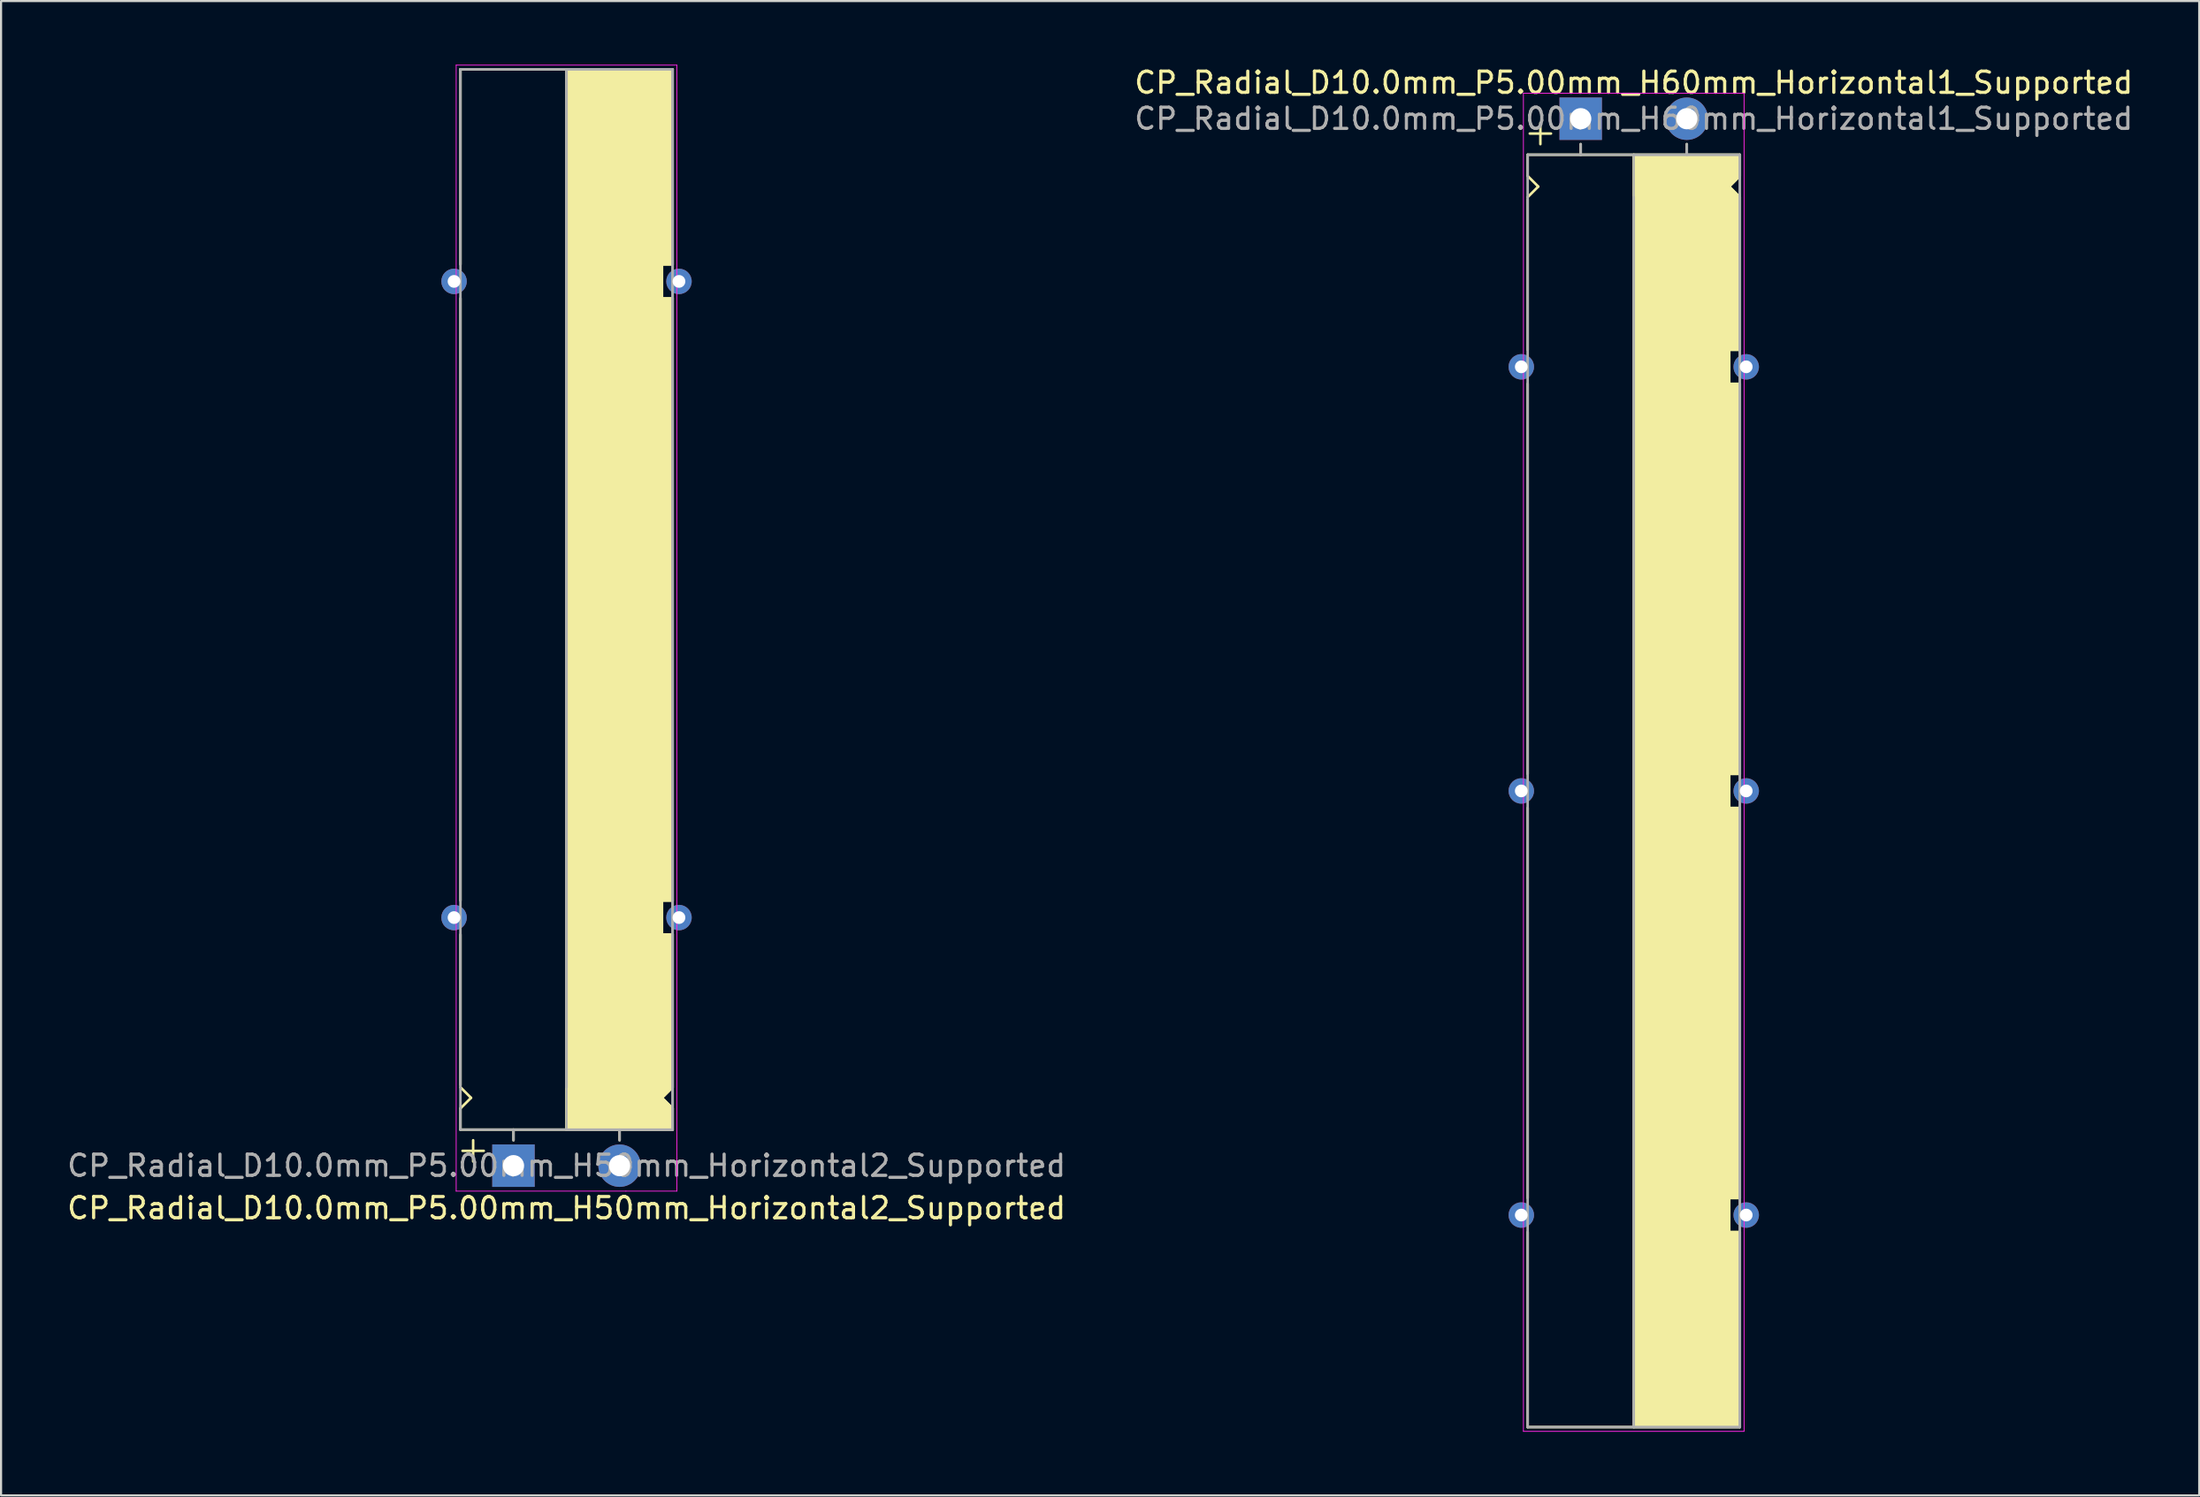
<source format=kicad_pcb>
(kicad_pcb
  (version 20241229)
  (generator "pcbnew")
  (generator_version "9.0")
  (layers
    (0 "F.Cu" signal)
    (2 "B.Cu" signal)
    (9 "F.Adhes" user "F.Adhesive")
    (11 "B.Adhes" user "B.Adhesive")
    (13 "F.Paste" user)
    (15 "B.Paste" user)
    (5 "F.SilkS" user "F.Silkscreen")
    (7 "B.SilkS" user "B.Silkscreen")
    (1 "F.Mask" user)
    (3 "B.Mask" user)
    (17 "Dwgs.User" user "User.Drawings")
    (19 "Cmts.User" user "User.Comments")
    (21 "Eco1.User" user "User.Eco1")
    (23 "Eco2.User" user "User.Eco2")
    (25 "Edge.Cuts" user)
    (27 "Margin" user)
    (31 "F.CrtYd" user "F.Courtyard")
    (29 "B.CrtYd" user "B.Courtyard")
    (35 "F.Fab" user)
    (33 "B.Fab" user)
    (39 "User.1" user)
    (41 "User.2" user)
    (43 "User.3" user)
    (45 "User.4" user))
  (footprint "CP_Radial_D10.0mm_P5.00mm_H60mm_Horizontal1_Supported"
    (layer "F.Cu")
    (at 71.446 2.548)
    (property "Reference" "CP_Radial_D10.0mm_P5.00mm_H60mm_Horizontal1_Supported" (at 2.5 -1.7 0) (layer "F.SilkS") (effects (font (size 1 1) (thickness 0.15))))
    (attr through_hole)
    (fp_line (start -2.5 1.7) (end -2.5 2.7) (stroke (width 0.12) (type solid)) (layer "F.SilkS"))
    (fp_line (start -2.5 2.7) (end -2 3.2) (stroke (width 0.12) (type solid)) (layer "F.SilkS"))
    (fp_line (start -2.5 3.8) (end -2.5 10.9) (stroke (width 0.12) (type solid)) (layer "F.SilkS"))
    (fp_line (start -2.5 12.5) (end -2.5 30.9) (stroke (width 0.12) (type solid)) (layer "F.SilkS"))
    (fp_line (start -2.5 50.9) (end -2.5 32.5) (stroke (width 0.12) (type solid)) (layer "F.SilkS"))
    (fp_line (start -2.5 52.5) (end -2.5 61.7) (stroke (width 0.12) (type solid)) (layer "F.SilkS"))
    (fp_line (start -2.5 61.7) (end 7.5 61.7) (stroke (width 0.12) (type solid)) (layer "F.SilkS"))
    (fp_line (start -2 3.2) (end -2.5 3.7) (stroke (width 0.12) (type solid)) (layer "F.SilkS"))
    (fp_line (start -1.9 0.2) (end -1.9 1.2) (stroke (width 0.12) (type solid)) (layer "F.SilkS"))
    (fp_line (start -1.4 0.7) (end -2.4 0.7) (stroke (width 0.12) (type solid)) (layer "F.SilkS"))
    (fp_line (start 0 1.7) (end 0 1.2) (stroke (width 0.12) (type solid)) (layer "F.SilkS"))
    (fp_line (start 2.5 1.7) (end -2.5 1.7) (stroke (width 0.12) (type solid)) (layer "F.SilkS"))
    (fp_line (start 2.5 61.7) (end 2.5 1.7) (stroke (width 0.12) (type solid)) (layer "F.SilkS"))
    (fp_line (start 5 1.7) (end 5 1.2) (stroke (width 0.12) (type solid)) (layer "F.SilkS"))
    (fp_line (start 7 3.2) (end 7.5 3.7) (stroke (width 0.12) (type solid)) (layer "F.SilkS"))
    (fp_line (start 7 10.9) (end 7 12.5) (stroke (width 0.12) (type solid)) (layer "F.SilkS"))
    (fp_line (start 7 12.5) (end 7.5 12.5) (stroke (width 0.12) (type solid)) (layer "F.SilkS"))
    (fp_line (start 7 30.9) (end 7 32.5) (stroke (width 0.12) (type solid)) (layer "F.SilkS"))
    (fp_line (start 7 32.5) (end 7.5 32.5) (stroke (width 0.12) (type solid)) (layer "F.SilkS"))
    (fp_line (start 7 50.9) (end 7 52.5) (stroke (width 0.12) (type solid)) (layer "F.SilkS"))
    (fp_line (start 7 52.5) (end 7.5 52.5) (stroke (width 0.12) (type solid)) (layer "F.SilkS"))
    (fp_line (start 7.5 1.7) (end 2.5 1.7) (stroke (width 0.12) (type solid)) (layer "F.SilkS"))
    (fp_line (start 7.5 1.7) (end 7.5 2.7) (stroke (width 0.12) (type solid)) (layer "F.SilkS"))
    (fp_line (start 7.5 2.7) (end 7 3.2) (stroke (width 0.12) (type solid)) (layer "F.SilkS"))
    (fp_line (start 7.5 3.7) (end 7.5 10.9) (stroke (width 0.12) (type solid)) (layer "F.SilkS"))
    (fp_line (start 7.5 10.9) (end 7 10.9) (stroke (width 0.12) (type solid)) (layer "F.SilkS"))
    (fp_line (start 7.5 12.5) (end 7.5 30.9) (stroke (width 0.12) (type solid)) (layer "F.SilkS"))
    (fp_line (start 7.5 30.9) (end 7 30.9) (stroke (width 0.12) (type solid)) (layer "F.SilkS"))
    (fp_line (start 7.5 50.9) (end 7 50.9) (stroke (width 0.12) (type solid)) (layer "F.SilkS"))
    (fp_line (start 7.5 50.9) (end 7.5 32.5) (stroke (width 0.12) (type solid)) (layer "F.SilkS"))
    (fp_line (start 7.5 52.5) (end 7.5 61.7) (stroke (width 0.12) (type solid)) (layer "F.SilkS"))
    (fp_poly (pts (xy 7.5 2.7) (xy 7 3.2) (xy 7.5 3.7) (xy 7.5 10.9) (xy 7 10.9) (xy 7 12.5) (xy 7.5 12.5) (xy 7.5 30.9) (xy 7 30.9) (xy 7 32.5) (xy 7.5 32.5) (xy 7.5 50.9) (xy 7 50.9) (xy 7 52.5) (xy 7.5 52.5) (xy 7.5 61.7) (xy 2.5 61.7) (xy 2.5 1.7) (xy 7.5 1.7)) (stroke (width 0.1) (type solid)) (fill yes) (layer "F.SilkS"))
    (fp_line (start -2.7 -1.2) (end 5.3 -1.2) (stroke (width 0.04) (type solid)) (layer "F.CrtYd"))
    (fp_line (start -2.7 61.9) (end -2.7 -1.2) (stroke (width 0.04) (type solid)) (layer "F.CrtYd"))
    (fp_line (start 5.3 -1.2) (end 7.7 -1.2) (stroke (width 0.04) (type solid)) (layer "F.CrtYd"))
    (fp_line (start 7.7 -1.2) (end 7.7 61.9) (stroke (width 0.04) (type solid)) (layer "F.CrtYd"))
    (fp_line (start 7.7 61.9) (end -2.7 61.9) (stroke (width 0.04) (type solid)) (layer "F.CrtYd"))
    (fp_line (start -2.5 1.7) (end -2.5 61.7) (stroke (width 0.12) (type solid)) (layer "F.Fab"))
    (fp_line (start -2.5 61.7) (end 7.5 61.7) (stroke (width 0.12) (type solid)) (layer "F.Fab"))
    (fp_line (start 0 1.7) (end 0 1.2) (stroke (width 0.12) (type solid)) (layer "F.Fab"))
    (fp_line (start 2.5 3.7) (end 2.5 61.7) (stroke (width 0.12) (type solid)) (layer "F.Fab"))
    (fp_line (start 5 1.7) (end 5 1.2) (stroke (width 0.12) (type solid)) (layer "F.Fab"))
    (fp_line (start 7.5 1.7) (end -2.5 1.7) (stroke (width 0.12) (type solid)) (layer "F.Fab"))
    (fp_line (start 7.5 61.7) (end 7.5 1.7) (stroke (width 0.12) (type solid)) (layer "F.Fab"))
    (fp_poly (pts (xy 7.5 61.7) (xy 2.5 61.7) (xy 2.5 1.7) (xy 7.5 1.7)) (stroke (width 0.1) (type solid)) (fill no) (layer "F.Fab"))
    (fp_text user "${REFERENCE}" (at 2.5 0 0) (layer "F.Fab") (effects (font (size 1 1) (thickness 0.15))))
    (pad "" thru_hole circle (at -2.8 11.7 180) (size 1.2 1.2) (drill 0.6) (layers "*.Cu" "*.Mask"))
    (pad "" thru_hole circle (at -2.8 31.7 180) (size 1.2 1.2) (drill 0.6) (layers "*.Cu" "*.Mask"))
    (pad "" thru_hole circle (at -2.8 51.7) (size 1.2 1.2) (drill 0.6) (layers "*.Cu" "*.Mask"))
    (pad "" thru_hole circle (at 7.8 11.7) (size 1.2 1.2) (drill 0.6) (layers "*.Cu" "*.Mask"))
    (pad "" thru_hole circle (at 7.8 31.7) (size 1.2 1.2) (drill 0.6) (layers "*.Cu" "*.Mask"))
    (pad "" thru_hole circle (at 7.8 51.7) (size 1.2 1.2) (drill 0.6) (layers "*.Cu" "*.Mask"))
    (pad "1" thru_hole rect (at 0 0) (size 2 2) (drill 1) (layers "*.Cu" "*.Mask"))
    (pad "2" thru_hole circle (at 5 0) (size 2 2) (drill 1) (layers "*.Cu" "*.Mask")))
  (footprint "CP_Radial_D10.0mm_P5.00mm_H50mm_Horizontal2_Supported"
    (layer "F.Cu")
    (at 21.149 51.92)
    (property "Reference" "CP_Radial_D10.0mm_P5.00mm_H50mm_Horizontal2_Supported" (at 2.5 2 0) (layer "F.SilkS") (effects (font (size 1 1) (thickness 0.15))))
    (attr through_hole)
    (fp_line (start -2.5 -51.7) (end 7.5 -51.7) (stroke (width 0.12) (type solid)) (layer "F.SilkS"))
    (fp_line (start -2.5 -42.5) (end -2.5 -51.7) (stroke (width 0.12) (type solid)) (layer "F.SilkS"))
    (fp_line (start -2.5 -12.5) (end -2.5 -40.9) (stroke (width 0.12) (type solid)) (layer "F.SilkS"))
    (fp_line (start -2.5 -3.8) (end -2.5 -10.9) (stroke (width 0.12) (type solid)) (layer "F.SilkS"))
    (fp_line (start -2.5 -2.7) (end -2 -3.2) (stroke (width 0.12) (type solid)) (layer "F.SilkS"))
    (fp_line (start -2.5 -1.7) (end -2.5 -2.7) (stroke (width 0.12) (type solid)) (layer "F.SilkS"))
    (fp_line (start -2 -3.2) (end -2.5 -3.7) (stroke (width 0.12) (type solid)) (layer "F.SilkS"))
    (fp_line (start -1.9 -1.2) (end -1.9 -0.2) (stroke (width 0.12) (type solid)) (layer "F.SilkS"))
    (fp_line (start -1.4 -0.7) (end -2.4 -0.7) (stroke (width 0.12) (type solid)) (layer "F.SilkS"))
    (fp_line (start 0 -1.7) (end 0 -1.2) (stroke (width 0.12) (type solid)) (layer "F.SilkS"))
    (fp_line (start 2.5 -51.7) (end 2.5 -1.7) (stroke (width 0.12) (type solid)) (layer "F.SilkS"))
    (fp_line (start 2.5 -1.7) (end -2.5 -1.7) (stroke (width 0.12) (type solid)) (layer "F.SilkS"))
    (fp_line (start 5 -1.7) (end 5 -1.2) (stroke (width 0.12) (type solid)) (layer "F.SilkS"))
    (fp_line (start 7 -42.5) (end 7.5 -42.5) (stroke (width 0.12) (type solid)) (layer "F.SilkS"))
    (fp_line (start 7 -40.9) (end 7 -42.5) (stroke (width 0.12) (type solid)) (layer "F.SilkS"))
    (fp_line (start 7 -12.5) (end 7.5 -12.5) (stroke (width 0.12) (type solid)) (layer "F.SilkS"))
    (fp_line (start 7 -10.9) (end 7 -12.5) (stroke (width 0.12) (type solid)) (layer "F.SilkS"))
    (fp_line (start 7 -3.2) (end 7.5 -3.7) (stroke (width 0.12) (type solid)) (layer "F.SilkS"))
    (fp_line (start 7.5 -42.5) (end 7.5 -51.7) (stroke (width 0.12) (type solid)) (layer "F.SilkS"))
    (fp_line (start 7.5 -40.9) (end 7 -40.9) (stroke (width 0.12) (type solid)) (layer "F.SilkS"))
    (fp_line (start 7.5 -12.5) (end 7.5 -40.9) (stroke (width 0.12) (type solid)) (layer "F.SilkS"))
    (fp_line (start 7.5 -10.9) (end 7 -10.9) (stroke (width 0.12) (type solid)) (layer "F.SilkS"))
    (fp_line (start 7.5 -3.7) (end 7.5 -10.9) (stroke (width 0.12) (type solid)) (layer "F.SilkS"))
    (fp_line (start 7.5 -2.7) (end 7 -3.2) (stroke (width 0.12) (type solid)) (layer "F.SilkS"))
    (fp_line (start 7.5 -1.7) (end 2.5 -1.7) (stroke (width 0.12) (type solid)) (layer "F.SilkS"))
    (fp_line (start 7.5 -1.7) (end 7.5 -2.7) (stroke (width 0.12) (type solid)) (layer "F.SilkS"))
    (fp_poly (pts (xy 7.5 -2.7) (xy 7 -3.2) (xy 7.5 -3.7) (xy 7.5 -10.9) (xy 7 -10.9) (xy 7 -12.5) (xy 7.5 -12.5) (xy 7.5 -40.9) (xy 7 -40.9) (xy 7 -42.5) (xy 7.5 -42.5) (xy 7.5 -51.7) (xy 2.5 -51.7) (xy 2.5 -1.7) (xy 7.5 -1.7)) (stroke (width 0.1) (type solid)) (fill yes) (layer "F.SilkS"))
    (fp_line (start -2.7 -51.9) (end -2.7 1.2) (stroke (width 0.04) (type solid)) (layer "F.CrtYd"))
    (fp_line (start -2.7 1.2) (end 5.3 1.2) (stroke (width 0.04) (type solid)) (layer "F.CrtYd"))
    (fp_line (start 5.3 1.2) (end 7.7 1.2) (stroke (width 0.04) (type solid)) (layer "F.CrtYd"))
    (fp_line (start 7.7 -51.9) (end -2.7 -51.9) (stroke (width 0.04) (type solid)) (layer "F.CrtYd"))
    (fp_line (start 7.7 1.2) (end 7.7 -51.9) (stroke (width 0.04) (type solid)) (layer "F.CrtYd"))
    (fp_line (start -2.5 -51.7) (end 7.5 -51.7) (stroke (width 0.12) (type solid)) (layer "F.Fab"))
    (fp_line (start -2.5 -1.7) (end -2.5 -51.7) (stroke (width 0.12) (type solid)) (layer "F.Fab"))
    (fp_line (start 0 -1.7) (end 0 -1.2) (stroke (width 0.12) (type solid)) (layer "F.Fab"))
    (fp_line (start 2.5 -3.7) (end 2.5 -51.7) (stroke (width 0.12) (type solid)) (layer "F.Fab"))
    (fp_line (start 5 -1.7) (end 5 -1.2) (stroke (width 0.12) (type solid)) (layer "F.Fab"))
    (fp_line (start 7.5 -51.7) (end 7.5 -1.7) (stroke (width 0.12) (type solid)) (layer "F.Fab"))
    (fp_line (start 7.5 -1.7) (end -2.5 -1.7) (stroke (width 0.12) (type solid)) (layer "F.Fab"))
    (fp_poly (pts (xy 7.5 -51.7) (xy 2.5 -51.7) (xy 2.5 -1.7) (xy 7.5 -1.7)) (stroke (width 0.1) (type solid)) (fill no) (layer "F.Fab"))
    (fp_text user "${REFERENCE}" (at 2.5 0 0) (layer "F.Fab") (effects (font (size 1 1) (thickness 0.15))))
    (pad "" thru_hole circle (at -2.8 -41.7 180) (size 1.2 1.2) (drill 0.6) (layers "*.Cu" "*.Mask"))
    (pad "" thru_hole circle (at -2.8 -11.7) (size 1.2 1.2) (drill 0.6) (layers "*.Cu" "*.Mask"))
    (pad "" thru_hole circle (at 7.8 -41.7 180) (size 1.2 1.2) (drill 0.6) (layers "*.Cu" "*.Mask"))
    (pad "" thru_hole circle (at 7.8 -11.7 180) (size 1.2 1.2) (drill 0.6) (layers "*.Cu" "*.Mask"))
    (pad "1" thru_hole rect (at 0 0) (size 2 2) (drill 1) (layers "*.Cu" "*.Mask"))
    (pad "2" thru_hole circle (at 5 0) (size 2 2) (drill 1) (layers "*.Cu" "*.Mask")))
  (gr_rect
    (start -3 -3)
    (end 100.595 67.468)
    (stroke (width 0.1) (type default))
    (fill no)
    (layer "Edge.Cuts")))
</source>
